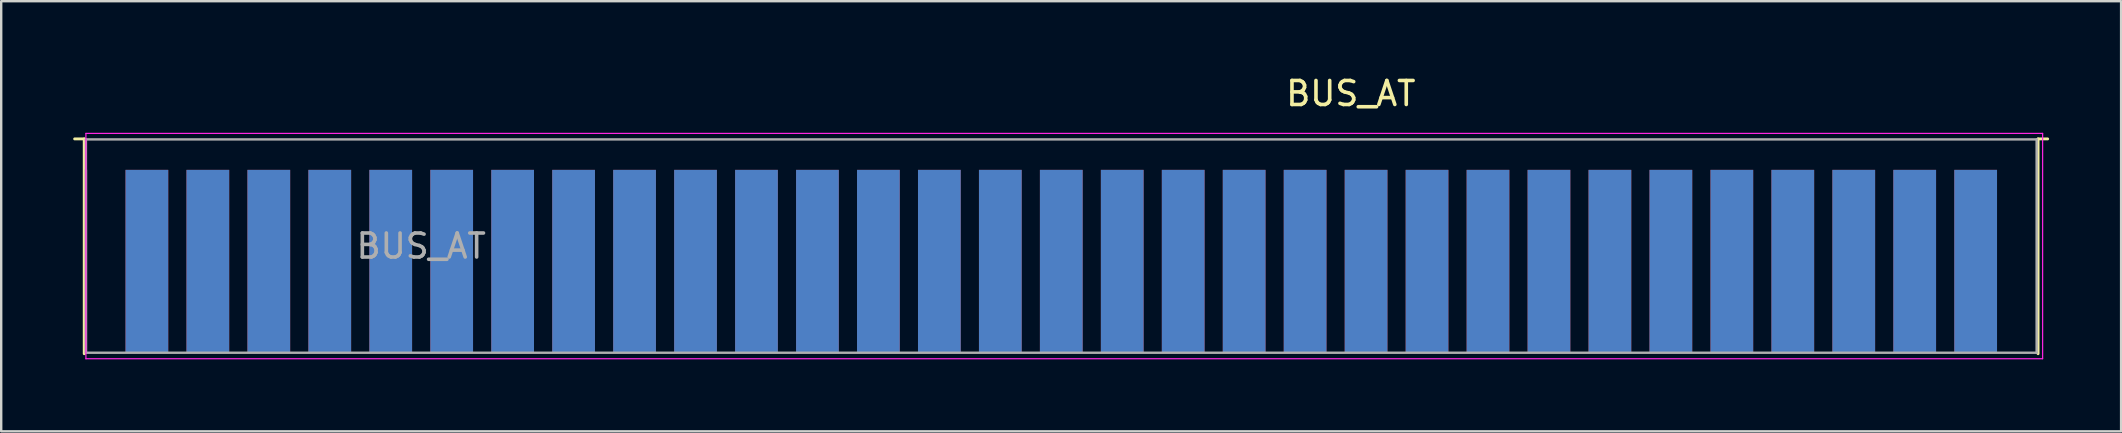
<source format=kicad_pcb>
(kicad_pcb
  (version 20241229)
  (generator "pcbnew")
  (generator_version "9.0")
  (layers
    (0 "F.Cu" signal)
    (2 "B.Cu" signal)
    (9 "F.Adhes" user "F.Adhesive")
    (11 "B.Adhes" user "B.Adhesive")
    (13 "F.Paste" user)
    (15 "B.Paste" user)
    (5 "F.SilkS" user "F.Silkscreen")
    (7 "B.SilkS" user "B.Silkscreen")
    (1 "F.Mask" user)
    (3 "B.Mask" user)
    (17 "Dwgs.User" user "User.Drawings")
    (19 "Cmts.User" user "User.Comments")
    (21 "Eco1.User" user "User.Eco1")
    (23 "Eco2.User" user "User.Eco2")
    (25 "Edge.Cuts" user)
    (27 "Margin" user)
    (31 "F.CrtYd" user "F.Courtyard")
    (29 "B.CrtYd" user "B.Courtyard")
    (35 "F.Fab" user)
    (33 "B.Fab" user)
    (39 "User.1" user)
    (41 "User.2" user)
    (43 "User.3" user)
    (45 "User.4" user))
  (footprint "BUS_AT"
    (layer "F.Cu")
    (at 79.27 7.838)
    (property "Reference" "BUS_AT" (at -26.035 -6.99 0) (layer "F.SilkS") (effects (font (size 1 1) (thickness 0.15))))
    (attr exclude_from_pos_files exclude_from_bom)
    (fp_line (start -78.81 -5.1) (end -79.21 -5.1) (stroke (width 0.12) (type solid)) (layer "F.SilkS"))
    (fp_line (start -78.81 3.85) (end -78.81 -5.1) (stroke (width 0.12) (type solid)) (layer "F.SilkS"))
    (fp_line (start 2.6 -5.1) (end 3 -5.1) (stroke (width 0.12) (type solid)) (layer "F.SilkS"))
    (fp_line (start 2.6 3.85) (end 2.6 -5.1) (stroke (width 0.12) (type solid)) (layer "F.SilkS"))
    (fp_line (start -78.74 -5.33) (end -78.74 4.06) (stroke (width 0.05) (type solid)) (layer "F.CrtYd"))
    (fp_line (start -78.74 -5.33) (end 2.79 -5.33) (stroke (width 0.05) (type solid)) (layer "F.CrtYd"))
    (fp_line (start 2.79 4.06) (end -78.74 4.06) (stroke (width 0.05) (type solid)) (layer "F.CrtYd"))
    (fp_line (start 2.79 4.06) (end 2.79 -5.33) (stroke (width 0.05) (type solid)) (layer "F.CrtYd"))
    (fp_line (start -78.74 -5.08) (end 2.54 -5.08) (stroke (width 0.1) (type solid)) (layer "F.Fab"))
    (fp_line (start -78.74 3.81) (end -78.74 -5.08) (stroke (width 0.1) (type solid)) (layer "F.Fab"))
    (fp_line (start -78.74 3.81) (end -78.74 -3.81) (stroke (width 0.1) (type solid)) (layer "F.Fab"))
    (fp_line (start 2.54 -5.08) (end 2.54 3.81) (stroke (width 0.1) (type solid)) (layer "F.Fab"))
    (fp_line (start 2.54 3.81) (end -78.74 3.81) (stroke (width 0.1) (type solid)) (layer "F.Fab"))
    (fp_text user "${REFERENCE}" (at -64.77 -0.635 0) (layer "F.Fab") (effects (font (size 1 1) (thickness 0.15))))
    (pad "1" connect rect (at 0 0) (size 1.78 7.62) (layers "B.Cu" "B.Mask"))
    (pad "2" connect rect (at -2.54 0) (size 1.78 7.62) (layers "B.Cu" "B.Mask"))
    (pad "3" connect rect (at -5.08 0) (size 1.78 7.62) (layers "B.Cu" "B.Mask"))
    (pad "4" connect rect (at -7.62 0) (size 1.78 7.62) (layers "B.Cu" "B.Mask"))
    (pad "5" connect rect (at -10.16 0) (size 1.78 7.62) (layers "B.Cu" "B.Mask"))
    (pad "6" connect rect (at -12.7 0) (size 1.78 7.62) (layers "B.Cu" "B.Mask"))
    (pad "7" connect rect (at -15.24 0) (size 1.78 7.62) (layers "B.Cu" "B.Mask"))
    (pad "8" connect rect (at -17.78 0) (size 1.78 7.62) (layers "B.Cu" "B.Mask"))
    (pad "9" connect rect (at -20.32 0) (size 1.78 7.62) (layers "B.Cu" "B.Mask"))
    (pad "10" connect rect (at -22.86 0) (size 1.78 7.62) (layers "B.Cu" "B.Mask"))
    (pad "11" connect rect (at -25.4 0) (size 1.78 7.62) (layers "B.Cu" "B.Mask"))
    (pad "12" connect rect (at -27.94 0) (size 1.78 7.62) (layers "B.Cu" "B.Mask"))
    (pad "13" connect rect (at -30.48 0) (size 1.78 7.62) (layers "B.Cu" "B.Mask"))
    (pad "14" connect rect (at -33.02 0) (size 1.78 7.62) (layers "B.Cu" "B.Mask"))
    (pad "15" connect rect (at -35.56 0) (size 1.78 7.62) (layers "B.Cu" "B.Mask"))
    (pad "16" connect rect (at -38.1 0) (size 1.78 7.62) (layers "B.Cu" "B.Mask"))
    (pad "17" connect rect (at -40.64 0) (size 1.78 7.62) (layers "B.Cu" "B.Mask"))
    (pad "18" connect rect (at -43.18 0) (size 1.78 7.62) (layers "B.Cu" "B.Mask"))
    (pad "19" connect rect (at -45.72 0) (size 1.78 7.62) (layers "B.Cu" "B.Mask"))
    (pad "20" connect rect (at -48.26 0) (size 1.78 7.62) (layers "B.Cu" "B.Mask"))
    (pad "21" connect rect (at -50.8 0) (size 1.78 7.62) (layers "B.Cu" "B.Mask"))
    (pad "22" connect rect (at -53.34 0) (size 1.78 7.62) (layers "B.Cu" "B.Mask"))
    (pad "23" connect rect (at -55.88 0) (size 1.78 7.62) (layers "B.Cu" "B.Mask"))
    (pad "24" connect rect (at -58.42 0) (size 1.78 7.62) (layers "B.Cu" "B.Mask"))
    (pad "25" connect rect (at -60.96 0) (size 1.78 7.62) (layers "B.Cu" "B.Mask"))
    (pad "26" connect rect (at -63.5 0) (size 1.78 7.62) (layers "B.Cu" "B.Mask"))
    (pad "27" connect rect (at -66.04 0) (size 1.78 7.62) (layers "B.Cu" "B.Mask"))
    (pad "28" connect rect (at -68.58 0) (size 1.78 7.62) (layers "B.Cu" "B.Mask"))
    (pad "29" connect rect (at -71.12 0) (size 1.78 7.62) (layers "B.Cu" "B.Mask"))
    (pad "30" connect rect (at -73.66 0) (size 1.78 7.62) (layers "B.Cu" "B.Mask"))
    (pad "31" connect rect (at -76.2 0) (size 1.78 7.62) (layers "B.Cu" "B.Mask"))
    (pad "32" connect rect (at 0 0) (size 1.78 7.62) (layers "F.Cu" "F.Mask"))
    (pad "33" connect rect (at -2.54 0) (size 1.78 7.62) (layers "F.Cu" "F.Mask"))
    (pad "34" connect rect (at -5.08 0) (size 1.78 7.62) (layers "F.Cu" "F.Mask"))
    (pad "35" connect rect (at -7.62 0) (size 1.78 7.62) (layers "F.Cu" "F.Mask"))
    (pad "36" connect rect (at -10.16 0) (size 1.78 7.62) (layers "F.Cu" "F.Mask"))
    (pad "37" connect rect (at -12.7 0) (size 1.78 7.62) (layers "F.Cu" "F.Mask"))
    (pad "38" connect rect (at -15.24 0) (size 1.78 7.62) (layers "F.Cu" "F.Mask"))
    (pad "39" connect rect (at -17.78 0) (size 1.78 7.62) (layers "F.Cu" "F.Mask"))
    (pad "40" connect rect (at -20.32 0) (size 1.78 7.62) (layers "F.Cu" "F.Mask"))
    (pad "41" connect rect (at -22.86 0) (size 1.78 7.62) (layers "F.Cu" "F.Mask"))
    (pad "42" connect rect (at -25.4 0) (size 1.78 7.62) (layers "F.Cu" "F.Mask"))
    (pad "43" connect rect (at -27.94 0) (size 1.78 7.62) (layers "F.Cu" "F.Mask"))
    (pad "44" connect rect (at -30.48 0) (size 1.78 7.62) (layers "F.Cu" "F.Mask"))
    (pad "45" connect rect (at -33.02 0) (size 1.78 7.62) (layers "F.Cu" "F.Mask"))
    (pad "46" connect rect (at -35.56 0) (size 1.78 7.62) (layers "F.Cu" "F.Mask"))
    (pad "47" connect rect (at -38.1 0) (size 1.78 7.62) (layers "F.Cu" "F.Mask"))
    (pad "48" connect rect (at -40.64 0) (size 1.78 7.62) (layers "F.Cu" "F.Mask"))
    (pad "49" connect rect (at -43.18 0) (size 1.78 7.62) (layers "F.Cu" "F.Mask"))
    (pad "50" connect rect (at -45.72 0) (size 1.78 7.62) (layers "F.Cu" "F.Mask"))
    (pad "51" connect rect (at -48.26 0) (size 1.78 7.62) (layers "F.Cu" "F.Mask"))
    (pad "52" connect rect (at -50.8 0) (size 1.78 7.62) (layers "F.Cu" "F.Mask"))
    (pad "53" connect rect (at -53.34 0) (size 1.78 7.62) (layers "F.Cu" "F.Mask"))
    (pad "54" connect rect (at -55.88 0) (size 1.78 7.62) (layers "F.Cu" "F.Mask"))
    (pad "55" connect rect (at -58.42 0) (size 1.78 7.62) (layers "F.Cu" "F.Mask"))
    (pad "56" connect rect (at -60.96 0) (size 1.78 7.62) (layers "F.Cu" "F.Mask"))
    (pad "57" connect rect (at -63.5 0) (size 1.78 7.62) (layers "F.Cu" "F.Mask"))
    (pad "58" connect rect (at -66.04 0) (size 1.78 7.62) (layers "F.Cu" "F.Mask"))
    (pad "59" connect rect (at -68.58 0) (size 1.78 7.62) (layers "F.Cu" "F.Mask"))
    (pad "60" connect rect (at -71.12 0) (size 1.78 7.62) (layers "F.Cu" "F.Mask"))
    (pad "61" connect rect (at -73.66 0) (size 1.78 7.62) (layers "F.Cu" "F.Mask"))
    (pad "62" connect rect (at -76.2 0) (size 1.78 7.62) (layers "F.Cu" "F.Mask")))
  (gr_rect
    (start -3 -3)
    (end 85.33 14.923)
    (stroke (width 0.1) (type default))
    (fill no)
    (layer "Edge.Cuts")))
</source>
